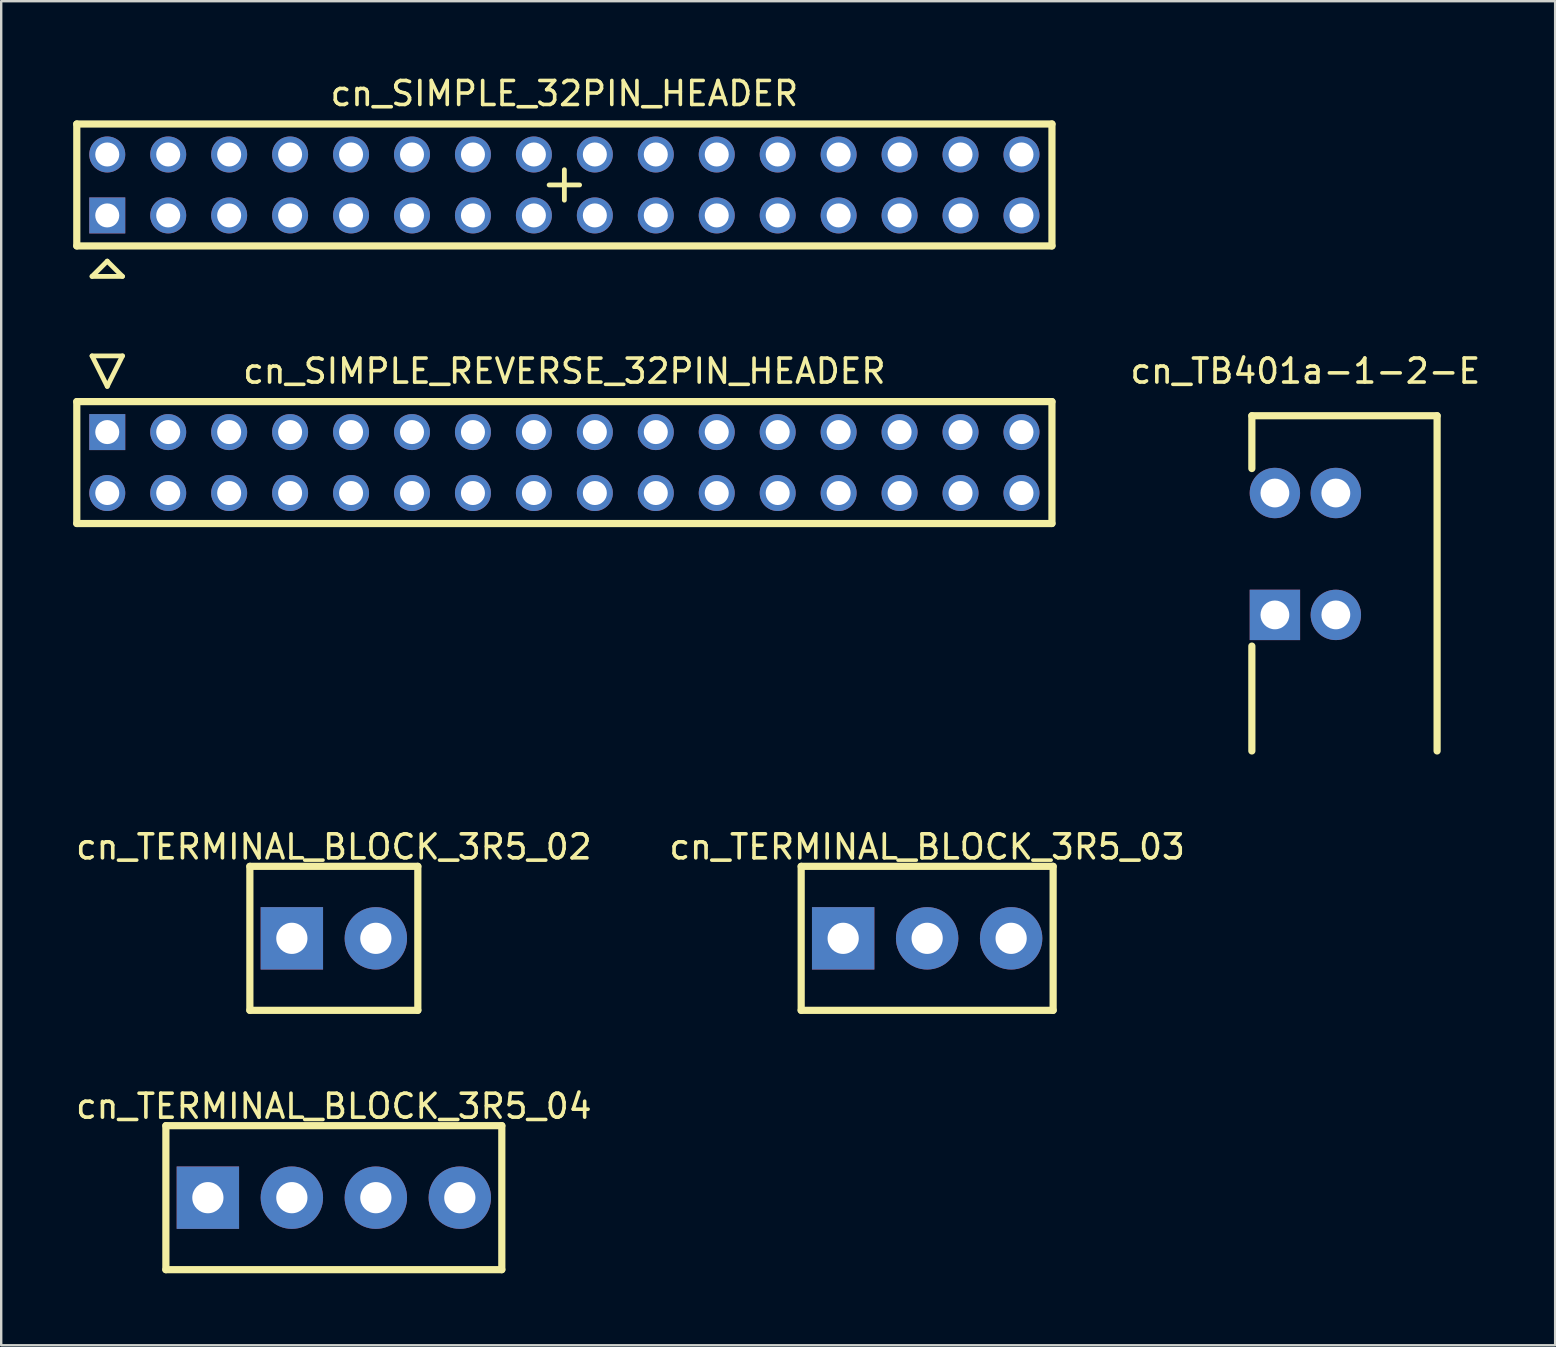
<source format=kicad_pcb>
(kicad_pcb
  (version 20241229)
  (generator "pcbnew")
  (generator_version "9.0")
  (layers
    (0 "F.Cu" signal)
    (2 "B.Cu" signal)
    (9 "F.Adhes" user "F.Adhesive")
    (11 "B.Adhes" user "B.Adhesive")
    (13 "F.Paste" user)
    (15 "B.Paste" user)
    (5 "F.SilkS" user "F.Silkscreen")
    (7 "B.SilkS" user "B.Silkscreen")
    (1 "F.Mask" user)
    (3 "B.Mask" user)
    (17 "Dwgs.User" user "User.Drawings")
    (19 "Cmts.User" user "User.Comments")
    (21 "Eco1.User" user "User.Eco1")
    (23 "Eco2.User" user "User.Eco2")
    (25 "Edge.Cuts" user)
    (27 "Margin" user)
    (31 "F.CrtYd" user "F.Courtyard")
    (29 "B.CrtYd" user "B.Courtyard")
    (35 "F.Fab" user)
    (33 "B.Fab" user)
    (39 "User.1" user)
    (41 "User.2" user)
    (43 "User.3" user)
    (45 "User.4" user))
  (footprint "cn_TERMINAL_BLOCK_3R5_04"
    (layer "F.Cu")
    (at 10.863 46.863)
    (property "Reference" "cn_TERMINAL_BLOCK_3R5_04" (at 0 -3.81 0) (layer "F.SilkS") (effects (font (size 1 1) (thickness 0.15))))
    (attr through_hole)
    (fp_line (start -7 -3) (end -7 3) (stroke (width 0.3) (type solid)) (layer "F.SilkS"))
    (fp_line (start -7 -3) (end 7 -3) (stroke (width 0.3) (type solid)) (layer "F.SilkS"))
    (fp_line (start -7 3) (end 7 3) (stroke (width 0.3) (type solid)) (layer "F.SilkS"))
    (fp_line (start 7 -3) (end 7 3) (stroke (width 0.3) (type solid)) (layer "F.SilkS"))
    (pad "1" thru_hole rect (at -5.25 0) (size 2.6 2.6) (drill 1.3) (layers "*.Cu" "*.Mask"))
    (pad "2" thru_hole circle (at -1.75 0) (size 2.6 2.6) (drill 1.3) (layers "*.Cu" "*.Mask"))
    (pad "3" thru_hole circle (at 1.75 0) (size 2.6 2.6) (drill 1.3) (layers "*.Cu" "*.Mask"))
    (pad "4" thru_hole circle (at 5.25 0) (size 2.6 2.6) (drill 1.3) (layers "*.Cu" "*.Mask")))
  (footprint "cn_TERMINAL_BLOCK_3R5_02"
    (layer "F.Cu")
    (at 10.863 36.055)
    (property "Reference" "cn_TERMINAL_BLOCK_3R5_02" (at 0 -3.81 0) (layer "F.SilkS") (effects (font (size 1 1) (thickness 0.15))))
    (attr through_hole)
    (fp_line (start -3.5 -3) (end -3.5 3) (stroke (width 0.3) (type solid)) (layer "F.SilkS"))
    (fp_line (start -3.5 -3) (end 3.5 -3) (stroke (width 0.3) (type solid)) (layer "F.SilkS"))
    (fp_line (start -3.5 3) (end 3.5 3) (stroke (width 0.3) (type solid)) (layer "F.SilkS"))
    (fp_line (start 3.5 -3) (end 3.5 3) (stroke (width 0.3) (type solid)) (layer "F.SilkS"))
    (pad "1" thru_hole rect (at -1.75 0) (size 2.6 2.6) (drill 1.3) (layers "*.Cu" "*.Mask"))
    (pad "2" thru_hole circle (at 1.75 0) (size 2.6 2.6) (drill 1.3) (layers "*.Cu" "*.Mask")))
  (footprint "cn_SIMPLE_REVERSE_32PIN_HEADER"
    (layer "F.Cu")
    (at 20.47 16.227)
    (property "Reference" "cn_SIMPLE_REVERSE_32PIN_HEADER" (at 0 -3.81 0) (layer "F.SilkS") (effects (font (size 1 1) (thickness 0.15))))
    (attr through_hole)
    (fp_line (start -20.32 -2.54) (end -20.32 2.54) (stroke (width 0.3) (type solid)) (layer "F.SilkS"))
    (fp_line (start -20.32 2.54) (end 20.32 2.54) (stroke (width 0.3) (type solid)) (layer "F.SilkS"))
    (fp_line (start -19.685 -4.445) (end -18.415 -4.445) (stroke (width 0.2) (type solid)) (layer "F.SilkS"))
    (fp_line (start -19.05 -3.175) (end -19.685 -4.445) (stroke (width 0.2) (type solid)) (layer "F.SilkS"))
    (fp_line (start -18.415 -4.445) (end -19.05 -3.175) (stroke (width 0.2) (type solid)) (layer "F.SilkS"))
    (fp_line (start 20.32 -2.54) (end -20.32 -2.54) (stroke (width 0.3) (type solid)) (layer "F.SilkS"))
    (fp_line (start 20.32 2.54) (end 20.32 -2.54) (stroke (width 0.3) (type solid)) (layer "F.SilkS"))
    (pad "1" thru_hole rect (at -19.05 -1.27) (size 1.5 1.5) (drill 1) (layers "*.Cu" "*.Mask"))
    (pad "2" thru_hole circle (at -19.05 1.27) (size 1.5 1.5) (drill 1) (layers "*.Cu" "*.Mask"))
    (pad "3" thru_hole circle (at -16.51 -1.27) (size 1.5 1.5) (drill 1) (layers "*.Cu" "*.Mask"))
    (pad "4" thru_hole circle (at -16.51 1.27) (size 1.5 1.5) (drill 1) (layers "*.Cu" "*.Mask"))
    (pad "5" thru_hole circle (at -13.97 -1.27) (size 1.5 1.5) (drill 1) (layers "*.Cu" "*.Mask"))
    (pad "6" thru_hole circle (at -13.97 1.27) (size 1.5 1.5) (drill 1) (layers "*.Cu" "*.Mask"))
    (pad "7" thru_hole circle (at -11.43 -1.27) (size 1.5 1.5) (drill 1) (layers "*.Cu" "*.Mask"))
    (pad "8" thru_hole circle (at -11.43 1.27) (size 1.5 1.5) (drill 1) (layers "*.Cu" "*.Mask"))
    (pad "9" thru_hole circle (at -8.89 -1.27) (size 1.5 1.5) (drill 1) (layers "*.Cu" "*.Mask"))
    (pad "10" thru_hole circle (at -8.89 1.27) (size 1.5 1.5) (drill 1) (layers "*.Cu" "*.Mask"))
    (pad "11" thru_hole circle (at -6.35 -1.27) (size 1.5 1.5) (drill 1) (layers "*.Cu" "*.Mask"))
    (pad "12" thru_hole circle (at -6.35 1.27) (size 1.5 1.5) (drill 1) (layers "*.Cu" "*.Mask"))
    (pad "13" thru_hole circle (at -3.81 -1.27) (size 1.5 1.5) (drill 1) (layers "*.Cu" "*.Mask"))
    (pad "14" thru_hole circle (at -3.81 1.27) (size 1.5 1.5) (drill 1) (layers "*.Cu" "*.Mask"))
    (pad "15" thru_hole circle (at -1.27 -1.27) (size 1.5 1.5) (drill 1) (layers "*.Cu" "*.Mask"))
    (pad "16" thru_hole circle (at -1.27 1.27) (size 1.5 1.5) (drill 1) (layers "*.Cu" "*.Mask"))
    (pad "17" thru_hole circle (at 1.27 -1.27) (size 1.5 1.5) (drill 1) (layers "*.Cu" "*.Mask"))
    (pad "18" thru_hole circle (at 1.27 1.27) (size 1.5 1.5) (drill 1) (layers "*.Cu" "*.Mask"))
    (pad "19" thru_hole circle (at 3.81 -1.27) (size 1.5 1.5) (drill 1) (layers "*.Cu" "*.Mask"))
    (pad "20" thru_hole circle (at 3.81 1.27) (size 1.5 1.5) (drill 1) (layers "*.Cu" "*.Mask"))
    (pad "21" thru_hole circle (at 6.35 -1.27) (size 1.5 1.5) (drill 1) (layers "*.Cu" "*.Mask"))
    (pad "22" thru_hole circle (at 6.35 1.27) (size 1.5 1.5) (drill 1) (layers "*.Cu" "*.Mask"))
    (pad "23" thru_hole circle (at 8.89 -1.27) (size 1.5 1.5) (drill 1) (layers "*.Cu" "*.Mask"))
    (pad "24" thru_hole circle (at 8.89 1.27) (size 1.5 1.5) (drill 1) (layers "*.Cu" "*.Mask"))
    (pad "25" thru_hole circle (at 11.43 -1.27) (size 1.5 1.5) (drill 1) (layers "*.Cu" "*.Mask"))
    (pad "26" thru_hole circle (at 11.43 1.27) (size 1.5 1.5) (drill 1) (layers "*.Cu" "*.Mask"))
    (pad "27" thru_hole circle (at 13.97 -1.27) (size 1.5 1.5) (drill 1) (layers "*.Cu" "*.Mask"))
    (pad "28" thru_hole circle (at 13.97 1.27) (size 1.5 1.5) (drill 1) (layers "*.Cu" "*.Mask"))
    (pad "29" thru_hole circle (at 16.51 -1.27) (size 1.5 1.5) (drill 1) (layers "*.Cu" "*.Mask"))
    (pad "30" thru_hole circle (at 16.51 1.27) (size 1.5 1.5) (drill 1) (layers "*.Cu" "*.Mask"))
    (pad "31" thru_hole circle (at 19.05 -1.27) (size 1.5 1.5) (drill 1) (layers "*.Cu" "*.Mask"))
    (pad "32" thru_hole circle (at 19.05 1.27) (size 1.5 1.5) (drill 1) (layers "*.Cu" "*.Mask")))
  (footprint "cn_SIMPLE_32PIN_HEADER"
    (layer "F.Cu")
    (at 20.47 4.658)
    (property "Reference" "cn_SIMPLE_32PIN_HEADER" (at 0 -3.81 0) (layer "F.SilkS") (effects (font (size 1 1) (thickness 0.15))))
    (attr through_hole)
    (fp_line (start -20.32 -2.54) (end -20.32 2.54) (stroke (width 0.3) (type solid)) (layer "F.SilkS"))
    (fp_line (start -20.32 2.54) (end 20.32 2.54) (stroke (width 0.3) (type solid)) (layer "F.SilkS"))
    (fp_line (start -19.685 3.81) (end -19.05 3.175) (stroke (width 0.2) (type solid)) (layer "F.SilkS"))
    (fp_line (start -19.05 3.175) (end -18.415 3.81) (stroke (width 0.2) (type solid)) (layer "F.SilkS"))
    (fp_line (start -18.415 3.81) (end -19.685 3.81) (stroke (width 0.2) (type solid)) (layer "F.SilkS"))
    (fp_line (start -0.635 0) (end 0.635 0) (stroke (width 0.2) (type solid)) (layer "F.SilkS"))
    (fp_line (start 0 0.635) (end 0 -0.635) (stroke (width 0.2) (type solid)) (layer "F.SilkS"))
    (fp_line (start 20.32 -2.54) (end -20.32 -2.54) (stroke (width 0.3) (type solid)) (layer "F.SilkS"))
    (fp_line (start 20.32 2.54) (end 20.32 -2.54) (stroke (width 0.3) (type solid)) (layer "F.SilkS"))
    (pad "1" thru_hole rect (at -19.05 1.27) (size 1.5 1.5) (drill 1) (layers "*.Cu" "*.Mask"))
    (pad "2" thru_hole circle (at -19.05 -1.27) (size 1.5 1.5) (drill 1) (layers "*.Cu" "*.Mask"))
    (pad "3" thru_hole circle (at -16.51 1.27) (size 1.5 1.5) (drill 1) (layers "*.Cu" "*.Mask"))
    (pad "4" thru_hole circle (at -16.51 -1.27) (size 1.5 1.5) (drill 1) (layers "*.Cu" "*.Mask"))
    (pad "5" thru_hole circle (at -13.97 1.27) (size 1.5 1.5) (drill 1) (layers "*.Cu" "*.Mask"))
    (pad "6" thru_hole circle (at -13.97 -1.27) (size 1.5 1.5) (drill 1) (layers "*.Cu" "*.Mask"))
    (pad "7" thru_hole circle (at -11.43 1.27) (size 1.5 1.5) (drill 1) (layers "*.Cu" "*.Mask"))
    (pad "8" thru_hole circle (at -11.43 -1.27) (size 1.5 1.5) (drill 1) (layers "*.Cu" "*.Mask"))
    (pad "9" thru_hole circle (at -8.89 1.27) (size 1.5 1.5) (drill 1) (layers "*.Cu" "*.Mask"))
    (pad "10" thru_hole circle (at -8.89 -1.27) (size 1.5 1.5) (drill 1) (layers "*.Cu" "*.Mask"))
    (pad "11" thru_hole circle (at -6.35 1.27) (size 1.5 1.5) (drill 1) (layers "*.Cu" "*.Mask"))
    (pad "12" thru_hole circle (at -6.35 -1.27) (size 1.5 1.5) (drill 1) (layers "*.Cu" "*.Mask"))
    (pad "13" thru_hole circle (at -3.81 1.27) (size 1.5 1.5) (drill 1) (layers "*.Cu" "*.Mask"))
    (pad "14" thru_hole circle (at -3.81 -1.27) (size 1.5 1.5) (drill 1) (layers "*.Cu" "*.Mask"))
    (pad "15" thru_hole circle (at -1.27 1.27) (size 1.5 1.5) (drill 1) (layers "*.Cu" "*.Mask"))
    (pad "16" thru_hole circle (at -1.27 -1.27) (size 1.5 1.5) (drill 1) (layers "*.Cu" "*.Mask"))
    (pad "17" thru_hole circle (at 1.27 1.27) (size 1.5 1.5) (drill 1) (layers "*.Cu" "*.Mask"))
    (pad "18" thru_hole circle (at 1.27 -1.27) (size 1.5 1.5) (drill 1) (layers "*.Cu" "*.Mask"))
    (pad "19" thru_hole circle (at 3.81 1.27) (size 1.5 1.5) (drill 1) (layers "*.Cu" "*.Mask"))
    (pad "20" thru_hole circle (at 3.81 -1.27) (size 1.5 1.5) (drill 1) (layers "*.Cu" "*.Mask"))
    (pad "21" thru_hole circle (at 6.35 1.27) (size 1.5 1.5) (drill 1) (layers "*.Cu" "*.Mask"))
    (pad "22" thru_hole circle (at 6.35 -1.27) (size 1.5 1.5) (drill 1) (layers "*.Cu" "*.Mask"))
    (pad "23" thru_hole circle (at 8.89 1.27) (size 1.5 1.5) (drill 1) (layers "*.Cu" "*.Mask"))
    (pad "24" thru_hole circle (at 8.89 -1.27) (size 1.5 1.5) (drill 1) (layers "*.Cu" "*.Mask"))
    (pad "25" thru_hole circle (at 11.43 1.27) (size 1.5 1.5) (drill 1) (layers "*.Cu" "*.Mask"))
    (pad "26" thru_hole circle (at 11.43 -1.27) (size 1.5 1.5) (drill 1) (layers "*.Cu" "*.Mask"))
    (pad "27" thru_hole circle (at 13.97 1.27) (size 1.5 1.5) (drill 1) (layers "*.Cu" "*.Mask"))
    (pad "28" thru_hole circle (at 13.97 -1.27) (size 1.5 1.5) (drill 1) (layers "*.Cu" "*.Mask"))
    (pad "29" thru_hole circle (at 16.51 1.27) (size 1.5 1.5) (drill 1) (layers "*.Cu" "*.Mask"))
    (pad "30" thru_hole circle (at 16.51 -1.27) (size 1.5 1.5) (drill 1) (layers "*.Cu" "*.Mask"))
    (pad "31" thru_hole circle (at 19.05 1.27) (size 1.5 1.5) (drill 1) (layers "*.Cu" "*.Mask"))
    (pad "32" thru_hole circle (at 19.05 -1.27) (size 1.5 1.5) (drill 1) (layers "*.Cu" "*.Mask")))
  (footprint "cn_TERMINAL_BLOCK_3R5_03"
    (layer "F.Cu")
    (at 35.589 36.055)
    (property "Reference" "cn_TERMINAL_BLOCK_3R5_03" (at 0 -3.81 0) (layer "F.SilkS") (effects (font (size 1 1) (thickness 0.15))))
    (attr through_hole)
    (fp_line (start -5.25 -3) (end -5.25 3) (stroke (width 0.3) (type solid)) (layer "F.SilkS"))
    (fp_line (start -5.25 -3) (end 5.25 -3) (stroke (width 0.3) (type solid)) (layer "F.SilkS"))
    (fp_line (start -5.25 3) (end 5.25 3) (stroke (width 0.3) (type solid)) (layer "F.SilkS"))
    (fp_line (start 5.25 -3) (end 5.25 3) (stroke (width 0.3) (type solid)) (layer "F.SilkS"))
    (pad "1" thru_hole rect (at -3.5 0) (size 2.6 2.6) (drill 1.3) (layers "*.Cu" "*.Mask"))
    (pad "2" thru_hole circle (at 0 0) (size 2.6 2.6) (drill 1.3) (layers "*.Cu" "*.Mask"))
    (pad "3" thru_hole circle (at 3.5 0) (size 2.6 2.6) (drill 1.3) (layers "*.Cu" "*.Mask")))
  (footprint "cn_TB401a-1-2-E"
    (layer "F.Cu")
    (at 50.081 22.576)
    (property "Reference" "cn_TB401a-1-2-E" (at 1.27 -10.16 0) (layer "F.SilkS") (effects (font (size 1 1) (thickness 0.15))))
    (attr through_hole)
    (fp_line (start -0.96 -8.3) (end 6.76 -8.3) (stroke (width 0.3) (type solid)) (layer "F.SilkS"))
    (fp_line (start -0.96 -6.1) (end -0.96 -8.3) (stroke (width 0.3) (type solid)) (layer "F.SilkS"))
    (fp_line (start -0.96 5.67) (end -0.96 1.3) (stroke (width 0.3) (type solid)) (layer "F.SilkS"))
    (fp_line (start 6.76 -8.3) (end 6.76 5.67) (stroke (width 0.3) (type solid)) (layer "F.SilkS"))
    (pad "1" thru_hole rect (at 0 0) (size 2.1 2.1) (drill 1.2) (layers "*.Cu" "*.Mask"))
    (pad "2" thru_hole circle (at 0 -5.08) (size 2.1 2.1) (drill 1.2) (layers "*.Cu" "*.Mask"))
    (pad "3" thru_hole circle (at 2.54 0) (size 2.1 2.1) (drill 1.2) (layers "*.Cu" "*.Mask"))
    (pad "4" thru_hole circle (at 2.54 -5.08) (size 2.1 2.1) (drill 1.2) (layers "*.Cu" "*.Mask")))
  (gr_rect
    (start -3 -3)
    (end 61.761 53.013)
    (stroke (width 0.1) (type default))
    (fill no)
    (layer "Edge.Cuts")))
</source>
